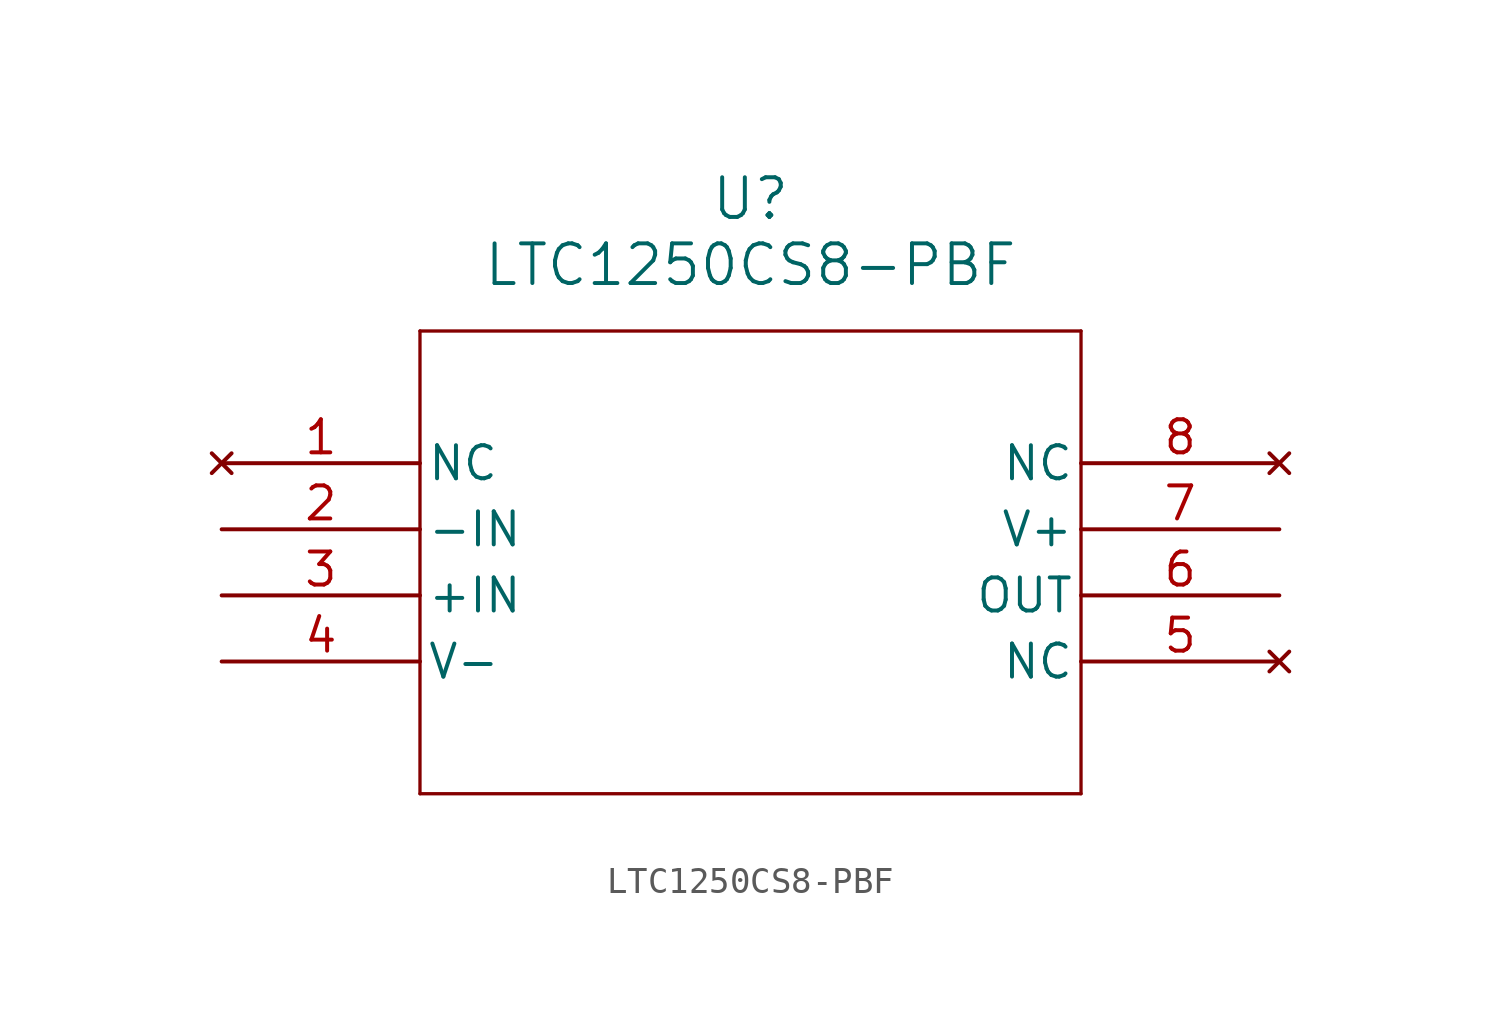
<source format=kicad_sym>
(kicad_symbol_lib
  (version 20231120)
  (generator "kicad_symbol_editor")
  (generator_version "8.0")
  (symbol "LTC1250CS8-PBF"
    (pin_names
      (offset 0.254))
    (property "Reference" "U"
      (at 20.32 10.16 0)
      (effects (font (size 1.524 1.524))))
    (property "Value" "LTC1250CS8-PBF"
      (at 20.32 7.62 0)
      (effects (font (size 1.524 1.524))))
    (property "ki_locked" ""
      (at 0 0 0)
      (effects (font (size 1.27 1.27))))
    (symbol "LTC1250CS8-PBF_0_1"
      (polyline (pts (xy 7.62 -12.7) (xy 33.02 -12.7)) (stroke (width 0.127) (type default)) (fill (type none)))
      (polyline (pts (xy 7.62 5.08) (xy 7.62 -12.7)) (stroke (width 0.127) (type default)) (fill (type none)))
      (polyline (pts (xy 33.02 -12.7) (xy 33.02 5.08)) (stroke (width 0.127) (type default)) (fill (type none)))
      (polyline (pts (xy 33.02 5.08) (xy 7.62 5.08)) (stroke (width 0.127) (type default)) (fill (type none)))
      (pin no_connect line (at 0 0 0) (length 7.62) (name "NC" (effects (font (size 1.27 1.27)))) (number "1" (effects (font (size 1.27 1.27)))))
      (pin input line (at 0 -2.54 0) (length 7.62) (name "-IN" (effects (font (size 1.27 1.27)))) (number "2" (effects (font (size 1.27 1.27)))))
      (pin input line (at 0 -5.08 0) (length 7.62) (name "+IN" (effects (font (size 1.27 1.27)))) (number "3" (effects (font (size 1.27 1.27)))))
      (pin power_in line (at 0 -7.62 0) (length 7.62) (name "V-" (effects (font (size 1.27 1.27)))) (number "4" (effects (font (size 1.27 1.27)))))
      (pin no_connect line (at 40.64 -7.62 180) (length 7.62) (name "NC" (effects (font (size 1.27 1.27)))) (number "5" (effects (font (size 1.27 1.27)))))
      (pin output line (at 40.64 -5.08 180) (length 7.62) (name "OUT" (effects (font (size 1.27 1.27)))) (number "6" (effects (font (size 1.27 1.27)))))
      (pin power_in line (at 40.64 -2.54 180) (length 7.62) (name "V+" (effects (font (size 1.27 1.27)))) (number "7" (effects (font (size 1.27 1.27)))))
      (pin no_connect line (at 40.64 0 180) (length 7.62) (name "NC" (effects (font (size 1.27 1.27)))) (number "8" (effects (font (size 1.27 1.27))))))))
</source>
